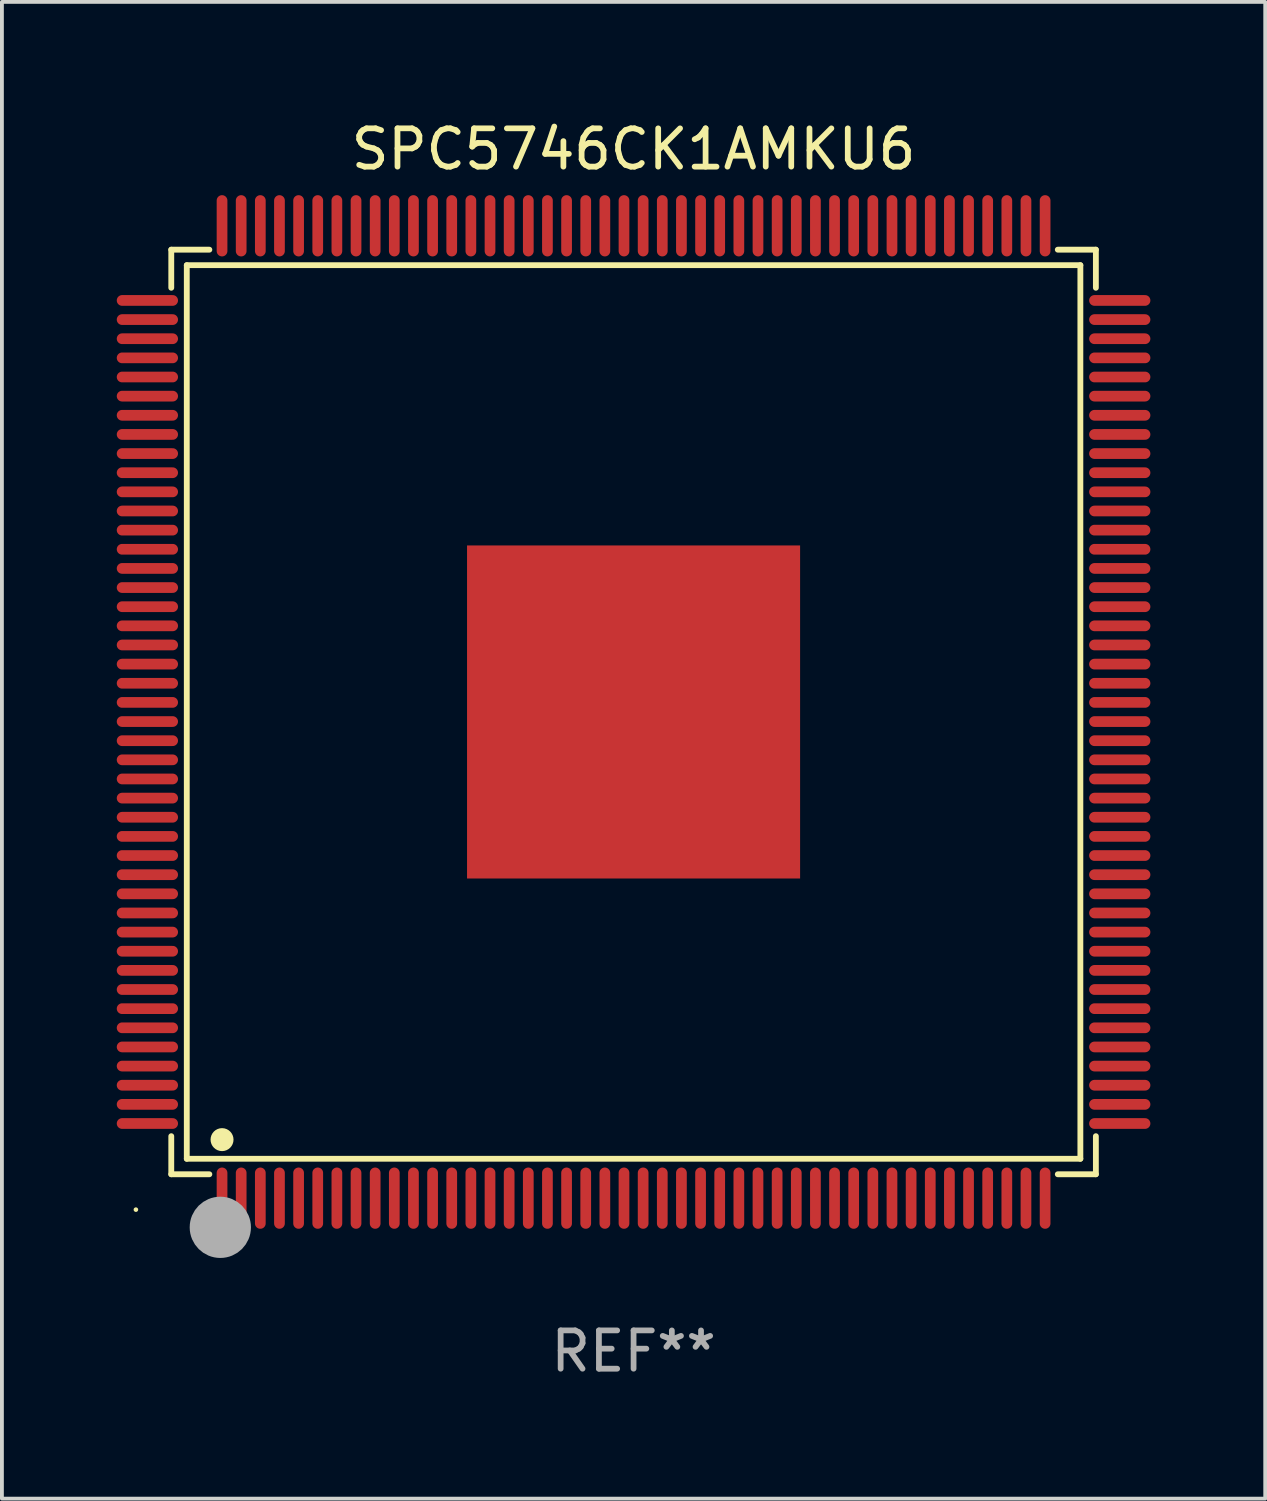
<source format=kicad_pcb>
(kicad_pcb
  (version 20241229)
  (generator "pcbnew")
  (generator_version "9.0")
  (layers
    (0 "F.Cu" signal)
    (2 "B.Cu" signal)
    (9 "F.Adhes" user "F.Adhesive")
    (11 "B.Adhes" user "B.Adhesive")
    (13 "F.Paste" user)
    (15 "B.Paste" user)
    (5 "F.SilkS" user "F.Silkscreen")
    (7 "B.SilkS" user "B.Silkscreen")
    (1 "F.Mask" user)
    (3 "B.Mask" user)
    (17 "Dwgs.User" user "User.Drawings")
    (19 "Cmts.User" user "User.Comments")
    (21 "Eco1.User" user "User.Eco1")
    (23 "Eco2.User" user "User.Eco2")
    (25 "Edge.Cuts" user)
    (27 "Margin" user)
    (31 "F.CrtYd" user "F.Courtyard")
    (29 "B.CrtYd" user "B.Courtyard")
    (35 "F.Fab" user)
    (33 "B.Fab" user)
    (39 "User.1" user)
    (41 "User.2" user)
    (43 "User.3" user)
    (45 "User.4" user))
  (footprint "SPC5746CK1AMKU6"
    (layer "F.Cu")
    (at 13.5 15.548)
    (property "Reference" "SPC5746CK1AMKU6" (at 0 -14.7 0) (layer "F.SilkS") (effects (font (size 1 1) (thickness 0.15))))
    (attr through_hole)
    (fp_line (start -12.076 -12.076) (end -11.081 -12.076) (stroke (width 0.152) (type solid)) (layer "F.SilkS"))
    (fp_line (start -12.076 -11.081) (end -12.076 -12.076) (stroke (width 0.152) (type solid)) (layer "F.SilkS"))
    (fp_line (start -12.076 11.081) (end -12.076 12.076) (stroke (width 0.152) (type solid)) (layer "F.SilkS"))
    (fp_line (start -12.076 12.076) (end -11.081 12.076) (stroke (width 0.152) (type solid)) (layer "F.SilkS"))
    (fp_line (start -11.671 -11.671) (end 11.671 -11.671) (stroke (width 0.152) (type solid)) (layer "F.SilkS"))
    (fp_line (start -11.671 11.671) (end -11.671 -11.671) (stroke (width 0.152) (type solid)) (layer "F.SilkS"))
    (fp_line (start 11.671 -11.671) (end 11.671 11.671) (stroke (width 0.152) (type solid)) (layer "F.SilkS"))
    (fp_line (start 11.671 11.671) (end -11.671 11.671) (stroke (width 0.152) (type solid)) (layer "F.SilkS"))
    (fp_line (start 12.076 -12.076) (end 11.081 -12.076) (stroke (width 0.152) (type solid)) (layer "F.SilkS"))
    (fp_line (start 12.076 -11.081) (end 12.076 -12.076) (stroke (width 0.152) (type solid)) (layer "F.SilkS"))
    (fp_line (start 12.076 11.081) (end 12.076 12.076) (stroke (width 0.152) (type solid)) (layer "F.SilkS"))
    (fp_line (start 12.076 12.076) (end 11.081 12.076) (stroke (width 0.152) (type solid)) (layer "F.SilkS"))
    (fp_circle (center -13 13) (end -12.97 13) (stroke (width 0.06) (type solid)) (fill no) (layer "F.SilkS"))
    (fp_circle (center -10.75 11.171) (end -10.6 11.171) (stroke (width 0.3) (type solid)) (fill no) (layer "F.SilkS"))
    (fp_circle (center -10.75 13.8) (end -10.65 13.8) (stroke (width 0.2) (type solid)) (fill no) (layer "F.SilkS"))
    (fp_circle (center -10.795 13.462) (end -10.395 13.462) (stroke (width 0.8) (type solid)) (fill no) (layer "F.Fab"))
    (fp_text user "REF**" (at 0 16.7 0) (layer "F.Fab") (effects (font (size 1 1) (thickness 0.15))))
    (pad "1" smd oval (at -10.75 12.7) (size 0.28 1.6) (layers "F.Cu" "F.Mask" "F.Paste"))
    (pad "2" smd oval (at -10.25 12.7) (size 0.28 1.6) (layers "F.Cu" "F.Mask" "F.Paste"))
    (pad "3" smd oval (at -9.75 12.7) (size 0.28 1.6) (layers "F.Cu" "F.Mask" "F.Paste"))
    (pad "4" smd oval (at -9.25 12.7) (size 0.28 1.6) (layers "F.Cu" "F.Mask" "F.Paste"))
    (pad "5" smd oval (at -8.75 12.7) (size 0.28 1.6) (layers "F.Cu" "F.Mask" "F.Paste"))
    (pad "6" smd oval (at -8.25 12.7) (size 0.28 1.6) (layers "F.Cu" "F.Mask" "F.Paste"))
    (pad "7" smd oval (at -7.75 12.7) (size 0.28 1.6) (layers "F.Cu" "F.Mask" "F.Paste"))
    (pad "8" smd oval (at -7.25 12.7) (size 0.28 1.6) (layers "F.Cu" "F.Mask" "F.Paste"))
    (pad "9" smd oval (at -6.75 12.7) (size 0.28 1.6) (layers "F.Cu" "F.Mask" "F.Paste"))
    (pad "10" smd oval (at -6.25 12.7) (size 0.28 1.6) (layers "F.Cu" "F.Mask" "F.Paste"))
    (pad "11" smd oval (at -5.75 12.7) (size 0.28 1.6) (layers "F.Cu" "F.Mask" "F.Paste"))
    (pad "12" smd oval (at -5.25 12.7) (size 0.28 1.6) (layers "F.Cu" "F.Mask" "F.Paste"))
    (pad "13" smd oval (at -4.75 12.7) (size 0.28 1.6) (layers "F.Cu" "F.Mask" "F.Paste"))
    (pad "14" smd oval (at -4.25 12.7) (size 0.28 1.6) (layers "F.Cu" "F.Mask" "F.Paste"))
    (pad "15" smd oval (at -3.75 12.7) (size 0.28 1.6) (layers "F.Cu" "F.Mask" "F.Paste"))
    (pad "16" smd oval (at -3.25 12.7) (size 0.28 1.6) (layers "F.Cu" "F.Mask" "F.Paste"))
    (pad "17" smd oval (at -2.75 12.7) (size 0.28 1.6) (layers "F.Cu" "F.Mask" "F.Paste"))
    (pad "18" smd oval (at -2.25 12.7) (size 0.28 1.6) (layers "F.Cu" "F.Mask" "F.Paste"))
    (pad "19" smd oval (at -1.75 12.7) (size 0.28 1.6) (layers "F.Cu" "F.Mask" "F.Paste"))
    (pad "20" smd oval (at -1.25 12.7) (size 0.28 1.6) (layers "F.Cu" "F.Mask" "F.Paste"))
    (pad "21" smd oval (at -0.75 12.7) (size 0.28 1.6) (layers "F.Cu" "F.Mask" "F.Paste"))
    (pad "22" smd oval (at -0.25 12.7) (size 0.28 1.6) (layers "F.Cu" "F.Mask" "F.Paste"))
    (pad "23" smd oval (at 0.25 12.7) (size 0.28 1.6) (layers "F.Cu" "F.Mask" "F.Paste"))
    (pad "24" smd oval (at 0.75 12.7) (size 0.28 1.6) (layers "F.Cu" "F.Mask" "F.Paste"))
    (pad "25" smd oval (at 1.25 12.7) (size 0.28 1.6) (layers "F.Cu" "F.Mask" "F.Paste"))
    (pad "26" smd oval (at 1.75 12.7) (size 0.28 1.6) (layers "F.Cu" "F.Mask" "F.Paste"))
    (pad "27" smd oval (at 2.25 12.7) (size 0.28 1.6) (layers "F.Cu" "F.Mask" "F.Paste"))
    (pad "28" smd oval (at 2.75 12.7) (size 0.28 1.6) (layers "F.Cu" "F.Mask" "F.Paste"))
    (pad "29" smd oval (at 3.25 12.7) (size 0.28 1.6) (layers "F.Cu" "F.Mask" "F.Paste"))
    (pad "30" smd oval (at 3.75 12.7) (size 0.28 1.6) (layers "F.Cu" "F.Mask" "F.Paste"))
    (pad "31" smd oval (at 4.25 12.7) (size 0.28 1.6) (layers "F.Cu" "F.Mask" "F.Paste"))
    (pad "32" smd oval (at 4.75 12.7) (size 0.28 1.6) (layers "F.Cu" "F.Mask" "F.Paste"))
    (pad "33" smd oval (at 5.25 12.7) (size 0.28 1.6) (layers "F.Cu" "F.Mask" "F.Paste"))
    (pad "34" smd oval (at 5.75 12.7) (size 0.28 1.6) (layers "F.Cu" "F.Mask" "F.Paste"))
    (pad "35" smd oval (at 6.25 12.7) (size 0.28 1.6) (layers "F.Cu" "F.Mask" "F.Paste"))
    (pad "36" smd oval (at 6.75 12.7) (size 0.28 1.6) (layers "F.Cu" "F.Mask" "F.Paste"))
    (pad "37" smd oval (at 7.25 12.7) (size 0.28 1.6) (layers "F.Cu" "F.Mask" "F.Paste"))
    (pad "38" smd oval (at 7.75 12.7) (size 0.28 1.6) (layers "F.Cu" "F.Mask" "F.Paste"))
    (pad "39" smd oval (at 8.25 12.7) (size 0.28 1.6) (layers "F.Cu" "F.Mask" "F.Paste"))
    (pad "40" smd oval (at 8.75 12.7) (size 0.28 1.6) (layers "F.Cu" "F.Mask" "F.Paste"))
    (pad "41" smd oval (at 9.25 12.7) (size 0.28 1.6) (layers "F.Cu" "F.Mask" "F.Paste"))
    (pad "42" smd oval (at 9.75 12.7) (size 0.28 1.6) (layers "F.Cu" "F.Mask" "F.Paste"))
    (pad "43" smd oval (at 10.25 12.7) (size 0.28 1.6) (layers "F.Cu" "F.Mask" "F.Paste"))
    (pad "44" smd oval (at 10.75 12.7) (size 0.28 1.6) (layers "F.Cu" "F.Mask" "F.Paste"))
    (pad "45" smd oval (at 12.7 10.75) (size 1.6 0.28) (layers "F.Cu" "F.Mask" "F.Paste"))
    (pad "46" smd oval (at 12.7 10.25) (size 1.6 0.28) (layers "F.Cu" "F.Mask" "F.Paste"))
    (pad "47" smd oval (at 12.7 9.75) (size 1.6 0.28) (layers "F.Cu" "F.Mask" "F.Paste"))
    (pad "48" smd oval (at 12.7 9.25) (size 1.6 0.28) (layers "F.Cu" "F.Mask" "F.Paste"))
    (pad "49" smd oval (at 12.7 8.75) (size 1.6 0.28) (layers "F.Cu" "F.Mask" "F.Paste"))
    (pad "50" smd oval (at 12.7 8.25) (size 1.6 0.28) (layers "F.Cu" "F.Mask" "F.Paste"))
    (pad "51" smd oval (at 12.7 7.75) (size 1.6 0.28) (layers "F.Cu" "F.Mask" "F.Paste"))
    (pad "52" smd oval (at 12.7 7.25) (size 1.6 0.28) (layers "F.Cu" "F.Mask" "F.Paste"))
    (pad "53" smd oval (at 12.7 6.75) (size 1.6 0.28) (layers "F.Cu" "F.Mask" "F.Paste"))
    (pad "54" smd oval (at 12.7 6.25) (size 1.6 0.28) (layers "F.Cu" "F.Mask" "F.Paste"))
    (pad "55" smd oval (at 12.7 5.75) (size 1.6 0.28) (layers "F.Cu" "F.Mask" "F.Paste"))
    (pad "56" smd oval (at 12.7 5.25) (size 1.6 0.28) (layers "F.Cu" "F.Mask" "F.Paste"))
    (pad "57" smd oval (at 12.7 4.75) (size 1.6 0.28) (layers "F.Cu" "F.Mask" "F.Paste"))
    (pad "58" smd oval (at 12.7 4.25) (size 1.6 0.28) (layers "F.Cu" "F.Mask" "F.Paste"))
    (pad "59" smd oval (at 12.7 3.75) (size 1.6 0.28) (layers "F.Cu" "F.Mask" "F.Paste"))
    (pad "60" smd oval (at 12.7 3.25) (size 1.6 0.28) (layers "F.Cu" "F.Mask" "F.Paste"))
    (pad "61" smd oval (at 12.7 2.75) (size 1.6 0.28) (layers "F.Cu" "F.Mask" "F.Paste"))
    (pad "62" smd oval (at 12.7 2.25) (size 1.6 0.28) (layers "F.Cu" "F.Mask" "F.Paste"))
    (pad "63" smd oval (at 12.7 1.75) (size 1.6 0.28) (layers "F.Cu" "F.Mask" "F.Paste"))
    (pad "64" smd oval (at 12.7 1.25) (size 1.6 0.28) (layers "F.Cu" "F.Mask" "F.Paste"))
    (pad "65" smd oval (at 12.7 0.75) (size 1.6 0.28) (layers "F.Cu" "F.Mask" "F.Paste"))
    (pad "66" smd oval (at 12.7 0.25) (size 1.6 0.28) (layers "F.Cu" "F.Mask" "F.Paste"))
    (pad "67" smd oval (at 12.7 -0.25) (size 1.6 0.28) (layers "F.Cu" "F.Mask" "F.Paste"))
    (pad "68" smd oval (at 12.7 -0.75) (size 1.6 0.28) (layers "F.Cu" "F.Mask" "F.Paste"))
    (pad "69" smd oval (at 12.7 -1.25) (size 1.6 0.28) (layers "F.Cu" "F.Mask" "F.Paste"))
    (pad "70" smd oval (at 12.7 -1.75) (size 1.6 0.28) (layers "F.Cu" "F.Mask" "F.Paste"))
    (pad "71" smd oval (at 12.7 -2.25) (size 1.6 0.28) (layers "F.Cu" "F.Mask" "F.Paste"))
    (pad "72" smd oval (at 12.7 -2.75) (size 1.6 0.28) (layers "F.Cu" "F.Mask" "F.Paste"))
    (pad "73" smd oval (at 12.7 -3.25) (size 1.6 0.28) (layers "F.Cu" "F.Mask" "F.Paste"))
    (pad "74" smd oval (at 12.7 -3.75) (size 1.6 0.28) (layers "F.Cu" "F.Mask" "F.Paste"))
    (pad "75" smd oval (at 12.7 -4.25) (size 1.6 0.28) (layers "F.Cu" "F.Mask" "F.Paste"))
    (pad "76" smd oval (at 12.7 -4.75) (size 1.6 0.28) (layers "F.Cu" "F.Mask" "F.Paste"))
    (pad "77" smd oval (at 12.7 -5.25) (size 1.6 0.28) (layers "F.Cu" "F.Mask" "F.Paste"))
    (pad "78" smd oval (at 12.7 -5.75) (size 1.6 0.28) (layers "F.Cu" "F.Mask" "F.Paste"))
    (pad "79" smd oval (at 12.7 -6.25) (size 1.6 0.28) (layers "F.Cu" "F.Mask" "F.Paste"))
    (pad "80" smd oval (at 12.7 -6.75) (size 1.6 0.28) (layers "F.Cu" "F.Mask" "F.Paste"))
    (pad "81" smd oval (at 12.7 -7.25) (size 1.6 0.28) (layers "F.Cu" "F.Mask" "F.Paste"))
    (pad "82" smd oval (at 12.7 -7.75) (size 1.6 0.28) (layers "F.Cu" "F.Mask" "F.Paste"))
    (pad "83" smd oval (at 12.7 -8.25) (size 1.6 0.28) (layers "F.Cu" "F.Mask" "F.Paste"))
    (pad "84" smd oval (at 12.7 -8.75) (size 1.6 0.28) (layers "F.Cu" "F.Mask" "F.Paste"))
    (pad "85" smd oval (at 12.7 -9.25) (size 1.6 0.28) (layers "F.Cu" "F.Mask" "F.Paste"))
    (pad "86" smd oval (at 12.7 -9.75) (size 1.6 0.28) (layers "F.Cu" "F.Mask" "F.Paste"))
    (pad "87" smd oval (at 12.7 -10.25) (size 1.6 0.28) (layers "F.Cu" "F.Mask" "F.Paste"))
    (pad "88" smd oval (at 12.7 -10.75) (size 1.6 0.28) (layers "F.Cu" "F.Mask" "F.Paste"))
    (pad "89" smd oval (at 10.75 -12.7) (size 0.28 1.6) (layers "F.Cu" "F.Mask" "F.Paste"))
    (pad "90" smd oval (at 10.25 -12.7) (size 0.28 1.6) (layers "F.Cu" "F.Mask" "F.Paste"))
    (pad "91" smd oval (at 9.75 -12.7) (size 0.28 1.6) (layers "F.Cu" "F.Mask" "F.Paste"))
    (pad "92" smd oval (at 9.25 -12.7) (size 0.28 1.6) (layers "F.Cu" "F.Mask" "F.Paste"))
    (pad "93" smd oval (at 8.75 -12.7) (size 0.28 1.6) (layers "F.Cu" "F.Mask" "F.Paste"))
    (pad "94" smd oval (at 8.25 -12.7) (size 0.28 1.6) (layers "F.Cu" "F.Mask" "F.Paste"))
    (pad "95" smd oval (at 7.75 -12.7) (size 0.28 1.6) (layers "F.Cu" "F.Mask" "F.Paste"))
    (pad "96" smd oval (at 7.25 -12.7) (size 0.28 1.6) (layers "F.Cu" "F.Mask" "F.Paste"))
    (pad "97" smd oval (at 6.75 -12.7) (size 0.28 1.6) (layers "F.Cu" "F.Mask" "F.Paste"))
    (pad "98" smd oval (at 6.25 -12.7) (size 0.28 1.6) (layers "F.Cu" "F.Mask" "F.Paste"))
    (pad "99" smd oval (at 5.75 -12.7) (size 0.28 1.6) (layers "F.Cu" "F.Mask" "F.Paste"))
    (pad "100" smd oval (at 5.25 -12.7) (size 0.28 1.6) (layers "F.Cu" "F.Mask" "F.Paste"))
    (pad "101" smd oval (at 4.75 -12.7) (size 0.28 1.6) (layers "F.Cu" "F.Mask" "F.Paste"))
    (pad "102" smd oval (at 4.25 -12.7) (size 0.28 1.6) (layers "F.Cu" "F.Mask" "F.Paste"))
    (pad "103" smd oval (at 3.75 -12.7) (size 0.28 1.6) (layers "F.Cu" "F.Mask" "F.Paste"))
    (pad "104" smd oval (at 3.25 -12.7) (size 0.28 1.6) (layers "F.Cu" "F.Mask" "F.Paste"))
    (pad "105" smd oval (at 2.75 -12.7) (size 0.28 1.6) (layers "F.Cu" "F.Mask" "F.Paste"))
    (pad "106" smd oval (at 2.25 -12.7) (size 0.28 1.6) (layers "F.Cu" "F.Mask" "F.Paste"))
    (pad "107" smd oval (at 1.75 -12.7) (size 0.28 1.6) (layers "F.Cu" "F.Mask" "F.Paste"))
    (pad "108" smd oval (at 1.25 -12.7) (size 0.28 1.6) (layers "F.Cu" "F.Mask" "F.Paste"))
    (pad "109" smd oval (at 0.75 -12.7) (size 0.28 1.6) (layers "F.Cu" "F.Mask" "F.Paste"))
    (pad "110" smd oval (at 0.25 -12.7) (size 0.28 1.6) (layers "F.Cu" "F.Mask" "F.Paste"))
    (pad "111" smd oval (at -0.25 -12.7) (size 0.28 1.6) (layers "F.Cu" "F.Mask" "F.Paste"))
    (pad "112" smd oval (at -0.75 -12.7) (size 0.28 1.6) (layers "F.Cu" "F.Mask" "F.Paste"))
    (pad "113" smd oval (at -1.25 -12.7) (size 0.28 1.6) (layers "F.Cu" "F.Mask" "F.Paste"))
    (pad "114" smd oval (at -1.75 -12.7) (size 0.28 1.6) (layers "F.Cu" "F.Mask" "F.Paste"))
    (pad "115" smd oval (at -2.25 -12.7) (size 0.28 1.6) (layers "F.Cu" "F.Mask" "F.Paste"))
    (pad "116" smd oval (at -2.75 -12.7) (size 0.28 1.6) (layers "F.Cu" "F.Mask" "F.Paste"))
    (pad "117" smd oval (at -3.25 -12.7) (size 0.28 1.6) (layers "F.Cu" "F.Mask" "F.Paste"))
    (pad "118" smd oval (at -3.75 -12.7) (size 0.28 1.6) (layers "F.Cu" "F.Mask" "F.Paste"))
    (pad "119" smd oval (at -4.25 -12.7) (size 0.28 1.6) (layers "F.Cu" "F.Mask" "F.Paste"))
    (pad "120" smd oval (at -4.75 -12.7) (size 0.28 1.6) (layers "F.Cu" "F.Mask" "F.Paste"))
    (pad "121" smd oval (at -5.25 -12.7) (size 0.28 1.6) (layers "F.Cu" "F.Mask" "F.Paste"))
    (pad "122" smd oval (at -5.75 -12.7) (size 0.28 1.6) (layers "F.Cu" "F.Mask" "F.Paste"))
    (pad "123" smd oval (at -6.25 -12.7) (size 0.28 1.6) (layers "F.Cu" "F.Mask" "F.Paste"))
    (pad "124" smd oval (at -6.75 -12.7) (size 0.28 1.6) (layers "F.Cu" "F.Mask" "F.Paste"))
    (pad "125" smd oval (at -7.25 -12.7) (size 0.28 1.6) (layers "F.Cu" "F.Mask" "F.Paste"))
    (pad "126" smd oval (at -7.75 -12.7) (size 0.28 1.6) (layers "F.Cu" "F.Mask" "F.Paste"))
    (pad "127" smd oval (at -8.25 -12.7) (size 0.28 1.6) (layers "F.Cu" "F.Mask" "F.Paste"))
    (pad "128" smd oval (at -8.75 -12.7) (size 0.28 1.6) (layers "F.Cu" "F.Mask" "F.Paste"))
    (pad "129" smd oval (at -9.25 -12.7) (size 0.28 1.6) (layers "F.Cu" "F.Mask" "F.Paste"))
    (pad "130" smd oval (at -9.75 -12.7) (size 0.28 1.6) (layers "F.Cu" "F.Mask" "F.Paste"))
    (pad "131" smd oval (at -10.25 -12.7) (size 0.28 1.6) (layers "F.Cu" "F.Mask" "F.Paste"))
    (pad "132" smd oval (at -10.75 -12.7) (size 0.28 1.6) (layers "F.Cu" "F.Mask" "F.Paste"))
    (pad "133" smd oval (at -12.7 -10.75) (size 1.6 0.28) (layers "F.Cu" "F.Mask" "F.Paste"))
    (pad "134" smd oval (at -12.7 -10.25) (size 1.6 0.28) (layers "F.Cu" "F.Mask" "F.Paste"))
    (pad "135" smd oval (at -12.7 -9.75) (size 1.6 0.28) (layers "F.Cu" "F.Mask" "F.Paste"))
    (pad "136" smd oval (at -12.7 -9.25) (size 1.6 0.28) (layers "F.Cu" "F.Mask" "F.Paste"))
    (pad "137" smd oval (at -12.7 -8.75) (size 1.6 0.28) (layers "F.Cu" "F.Mask" "F.Paste"))
    (pad "138" smd oval (at -12.7 -8.25) (size 1.6 0.28) (layers "F.Cu" "F.Mask" "F.Paste"))
    (pad "139" smd oval (at -12.7 -7.75) (size 1.6 0.28) (layers "F.Cu" "F.Mask" "F.Paste"))
    (pad "140" smd oval (at -12.7 -7.25) (size 1.6 0.28) (layers "F.Cu" "F.Mask" "F.Paste"))
    (pad "141" smd oval (at -12.7 -6.75) (size 1.6 0.28) (layers "F.Cu" "F.Mask" "F.Paste"))
    (pad "142" smd oval (at -12.7 -6.25) (size 1.6 0.28) (layers "F.Cu" "F.Mask" "F.Paste"))
    (pad "143" smd oval (at -12.7 -5.75) (size 1.6 0.28) (layers "F.Cu" "F.Mask" "F.Paste"))
    (pad "144" smd oval (at -12.7 -5.25) (size 1.6 0.28) (layers "F.Cu" "F.Mask" "F.Paste"))
    (pad "145" smd oval (at -12.7 -4.75) (size 1.6 0.28) (layers "F.Cu" "F.Mask" "F.Paste"))
    (pad "146" smd oval (at -12.7 -4.25) (size 1.6 0.28) (layers "F.Cu" "F.Mask" "F.Paste"))
    (pad "147" smd oval (at -12.7 -3.75) (size 1.6 0.28) (layers "F.Cu" "F.Mask" "F.Paste"))
    (pad "148" smd oval (at -12.7 -3.25) (size 1.6 0.28) (layers "F.Cu" "F.Mask" "F.Paste"))
    (pad "149" smd oval (at -12.7 -2.75) (size 1.6 0.28) (layers "F.Cu" "F.Mask" "F.Paste"))
    (pad "150" smd oval (at -12.7 -2.25) (size 1.6 0.28) (layers "F.Cu" "F.Mask" "F.Paste"))
    (pad "151" smd oval (at -12.7 -1.75) (size 1.6 0.28) (layers "F.Cu" "F.Mask" "F.Paste"))
    (pad "152" smd oval (at -12.7 -1.25) (size 1.6 0.28) (layers "F.Cu" "F.Mask" "F.Paste"))
    (pad "153" smd oval (at -12.7 -0.75) (size 1.6 0.28) (layers "F.Cu" "F.Mask" "F.Paste"))
    (pad "154" smd oval (at -12.7 -0.25) (size 1.6 0.28) (layers "F.Cu" "F.Mask" "F.Paste"))
    (pad "155" smd oval (at -12.7 0.25) (size 1.6 0.28) (layers "F.Cu" "F.Mask" "F.Paste"))
    (pad "156" smd oval (at -12.7 0.75) (size 1.6 0.28) (layers "F.Cu" "F.Mask" "F.Paste"))
    (pad "157" smd oval (at -12.7 1.25) (size 1.6 0.28) (layers "F.Cu" "F.Mask" "F.Paste"))
    (pad "158" smd oval (at -12.7 1.75) (size 1.6 0.28) (layers "F.Cu" "F.Mask" "F.Paste"))
    (pad "159" smd oval (at -12.7 2.25) (size 1.6 0.28) (layers "F.Cu" "F.Mask" "F.Paste"))
    (pad "160" smd oval (at -12.7 2.75) (size 1.6 0.28) (layers "F.Cu" "F.Mask" "F.Paste"))
    (pad "161" smd oval (at -12.7 3.25) (size 1.6 0.28) (layers "F.Cu" "F.Mask" "F.Paste"))
    (pad "162" smd oval (at -12.7 3.75) (size 1.6 0.28) (layers "F.Cu" "F.Mask" "F.Paste"))
    (pad "163" smd oval (at -12.7 4.25) (size 1.6 0.28) (layers "F.Cu" "F.Mask" "F.Paste"))
    (pad "164" smd oval (at -12.7 4.75) (size 1.6 0.28) (layers "F.Cu" "F.Mask" "F.Paste"))
    (pad "165" smd oval (at -12.7 5.25) (size 1.6 0.28) (layers "F.Cu" "F.Mask" "F.Paste"))
    (pad "166" smd oval (at -12.7 5.75) (size 1.6 0.28) (layers "F.Cu" "F.Mask" "F.Paste"))
    (pad "167" smd oval (at -12.7 6.25) (size 1.6 0.28) (layers "F.Cu" "F.Mask" "F.Paste"))
    (pad "168" smd oval (at -12.7 6.75) (size 1.6 0.28) (layers "F.Cu" "F.Mask" "F.Paste"))
    (pad "169" smd oval (at -12.7 7.25) (size 1.6 0.28) (layers "F.Cu" "F.Mask" "F.Paste"))
    (pad "170" smd oval (at -12.7 7.75) (size 1.6 0.28) (layers "F.Cu" "F.Mask" "F.Paste"))
    (pad "171" smd oval (at -12.7 8.25) (size 1.6 0.28) (layers "F.Cu" "F.Mask" "F.Paste"))
    (pad "172" smd oval (at -12.7 8.75) (size 1.6 0.28) (layers "F.Cu" "F.Mask" "F.Paste"))
    (pad "173" smd oval (at -12.7 9.25) (size 1.6 0.28) (layers "F.Cu" "F.Mask" "F.Paste"))
    (pad "174" smd oval (at -12.7 9.75) (size 1.6 0.28) (layers "F.Cu" "F.Mask" "F.Paste"))
    (pad "175" smd oval (at -12.7 10.25) (size 1.6 0.28) (layers "F.Cu" "F.Mask" "F.Paste"))
    (pad "176" smd oval (at -12.7 10.75) (size 1.6 0.28) (layers "F.Cu" "F.Mask" "F.Paste"))
    (pad "177" smd rect (at 0 0) (size 8.7 8.7) (layers "F.Cu" "F.Mask" "F.Paste")))
  (gr_rect
    (start -3 -3)
    (end 30 36.097)
    (stroke (width 0.1) (type default))
    (fill no)
    (layer "Edge.Cuts")))
</source>
